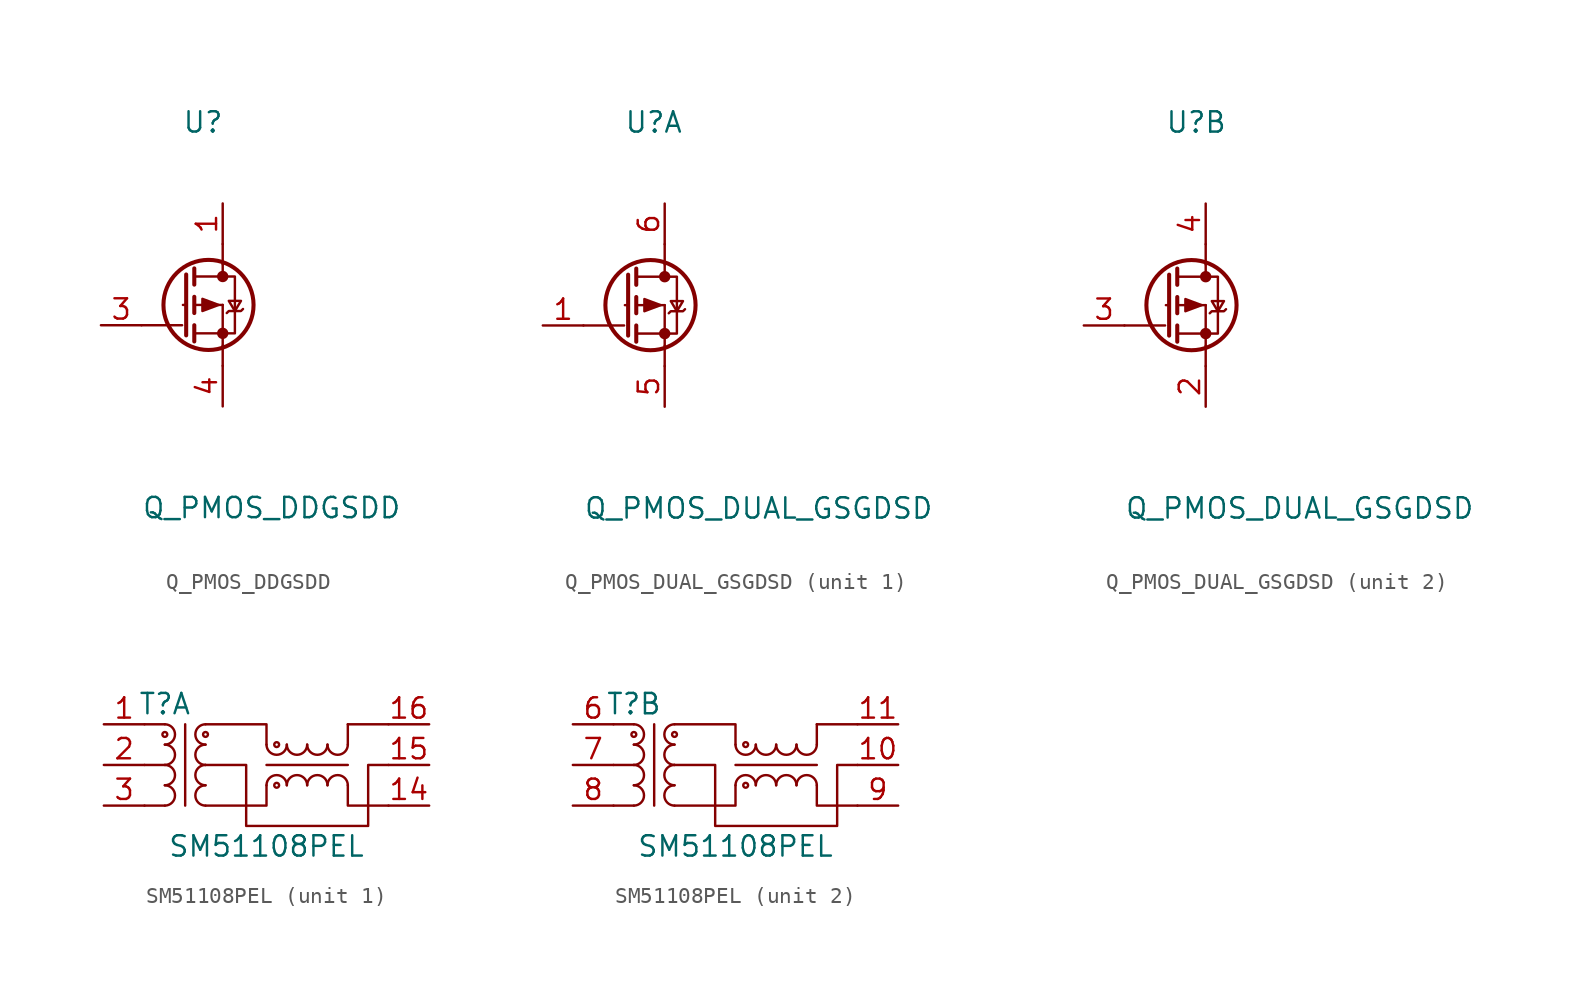
<source format=kicad_sym>
(kicad_symbol_lib
  (version 20211014)
  (generator kicad_symbol_editor)
  (symbol "Q_PMOS_DDGSDD"
    (pin_names
      (offset 0) hide)
    (property "Reference" "U"
      (at -1.27 11.43 0)
      (effects (font (size 1.27 1.27)) (justify left)))
    (property "Value" "Q_PMOS_DDGSDD"
      (at -3.81 -12.7 0)
      (effects (font (size 1.27 1.27)) (justify left)))
    (symbol "Q_PMOS_DDGSDD_0_1"
      (polyline (pts (xy -1.27 -1.27) (xy -3.81 -1.27)) (stroke (width 0) (type default) (color 0 0 0 0)) (fill (type none)))
      (polyline (pts (xy -1.219 0) (xy -1.016 0)) (stroke (width 0) (type default) (color 0 0 0 0)) (fill (type none)))
      (polyline (pts (xy -0.508 -1.778) (xy 1.27 -1.778)) (stroke (width 0) (type default) (color 0 0 0 0)) (fill (type none)))
      (polyline (pts (xy -0.508 -1.27) (xy -0.508 -2.286)) (stroke (width 0.254) (type default) (color 0 0 0 0)) (fill (type none)))
      (polyline (pts (xy -0.508 0) (xy 1.27 0)) (stroke (width 0) (type default) (color 0 0 0 0)) (fill (type none)))
      (polyline (pts (xy -0.508 0.508) (xy -0.508 -0.508)) (stroke (width 0.254) (type default) (color 0 0 0 0)) (fill (type none)))
      (polyline (pts (xy -0.508 1.778) (xy 1.27 1.778)) (stroke (width 0) (type default) (color 0 0 0 0)) (fill (type none)))
      (polyline (pts (xy -0.508 2.286) (xy -0.508 1.27)) (stroke (width 0.254) (type default) (color 0 0 0 0)) (fill (type none)))
      (polyline (pts (xy 1.27 -2.54) (xy 1.27 -3.81)) (stroke (width 0) (type default) (color 0 0 0 0)) (fill (type none)))
      (polyline (pts (xy 1.27 -1.778) (xy 1.27 -2.54)) (stroke (width 0) (type default) (color 0 0 0 0)) (fill (type none)))
      (polyline (pts (xy 1.27 -1.778) (xy 1.27 0)) (stroke (width 0) (type default) (color 0 0 0 0)) (fill (type none)))
      (polyline (pts (xy 1.27 2.54) (xy 1.27 1.778)) (stroke (width 0) (type default) (color 0 0 0 0)) (fill (type none)))
      (polyline (pts (xy 1.27 2.54) (xy 1.27 3.81)) (stroke (width 0) (type default) (color 0 0 0 0)) (fill (type none)))
      (polyline (pts (xy -1.016 1.905) (xy -1.016 -1.905) (xy -1.016 -1.905)) (stroke (width 0.254) (type default) (color 0 0 0 0)) (fill (type none)))
      (polyline (pts (xy 1.016 0) (xy 0 -0.381) (xy 0 0.381) (xy 1.016 0)) (stroke (width 0) (type default) (color 0 0 0 0)) (fill (type outline)))
      (polyline (pts (xy 1.27 -1.778) (xy 2.032 -1.778) (xy 2.032 1.778) (xy 1.27 1.778)) (stroke (width 0) (type default) (color 0 0 0 0)) (fill (type none)))
      (polyline (pts (xy 1.524 -0.508) (xy 1.651 -0.381) (xy 2.413 -0.381) (xy 2.54 -0.254)) (stroke (width 0) (type default) (color 0 0 0 0)) (fill (type none)))
      (polyline (pts (xy 2.032 -0.381) (xy 1.651 0.254) (xy 2.413 0.254) (xy 2.032 -0.381)) (stroke (width 0) (type default) (color 0 0 0 0)) (fill (type none)))
      (circle (center 0.381 0) (radius 2.819) (stroke (width 0.254) (type default) (color 0 0 0 0)) (fill (type none)))
      (circle (center 1.27 -1.778) (radius 0.279) (stroke (width 0) (type default) (color 0 0 0 0)) (fill (type outline)))
      (circle (center 1.27 1.778) (radius 0.279) (stroke (width 0) (type default) (color 0 0 0 0)) (fill (type outline))))
    (symbol "Q_PMOS_DDGSDD_1_1"
      (pin passive line (at 1.27 6.35 270) (length 2.54) (name "Drain" (effects (font (size 1.27 1.27)))) (number "1" (effects (font (size 1.27 1.27)))))
      (pin passive line (at 1.27 6.35 270) (length 2.54) hide (name "Drain" (effects (font (size 1.27 1.27)))) (number "2" (effects (font (size 1.27 1.27)))))
      (pin input line (at -6.35 -1.27 0) (length 2.54) (name "Gate" (effects (font (size 1.27 1.27)))) (number "3" (effects (font (size 1.27 1.27)))))
      (pin passive line (at 1.27 -6.35 90) (length 2.54) (name "Source" (effects (font (size 1.27 1.27)))) (number "4" (effects (font (size 1.27 1.27)))))
      (pin passive line (at 1.27 6.35 270) (length 2.54) hide (name "Drain" (effects (font (size 1.27 1.27)))) (number "5" (effects (font (size 1.27 1.27)))))
      (pin passive line (at 1.27 6.35 270) (length 2.54) hide (name "Drain" (effects (font (size 1.27 1.27)))) (number "6" (effects (font (size 1.27 1.27)))))))
  (symbol "Q_PMOS_DUAL_GSGDSD"
    (pin_names
      (offset 0) hide)
    (property "Reference" "U"
      (at -1.27 11.43 0)
      (effects (font (size 1.27 1.27)) (justify left)))
    (property "Value" "Q_PMOS_DUAL_GSGDSD"
      (at -3.81 -12.7 0)
      (effects (font (size 1.27 1.27)) (justify left)))
    (symbol "Q_PMOS_DUAL_GSGDSD_0_1"
      (polyline (pts (xy -1.27 -1.27) (xy -3.81 -1.27)) (stroke (width 0) (type default) (color 0 0 0 0)) (fill (type none)))
      (polyline (pts (xy -1.219 0) (xy -1.016 0)) (stroke (width 0) (type default) (color 0 0 0 0)) (fill (type none)))
      (polyline (pts (xy -0.508 -1.778) (xy 1.27 -1.778)) (stroke (width 0) (type default) (color 0 0 0 0)) (fill (type none)))
      (polyline (pts (xy -0.508 -1.27) (xy -0.508 -2.286)) (stroke (width 0.254) (type default) (color 0 0 0 0)) (fill (type none)))
      (polyline (pts (xy -0.508 0) (xy 1.27 0)) (stroke (width 0) (type default) (color 0 0 0 0)) (fill (type none)))
      (polyline (pts (xy -0.508 0.508) (xy -0.508 -0.508)) (stroke (width 0.254) (type default) (color 0 0 0 0)) (fill (type none)))
      (polyline (pts (xy -0.508 1.778) (xy 1.27 1.778)) (stroke (width 0) (type default) (color 0 0 0 0)) (fill (type none)))
      (polyline (pts (xy -0.508 2.286) (xy -0.508 1.27)) (stroke (width 0.254) (type default) (color 0 0 0 0)) (fill (type none)))
      (polyline (pts (xy 1.27 -2.54) (xy 1.27 -3.81)) (stroke (width 0) (type default) (color 0 0 0 0)) (fill (type none)))
      (polyline (pts (xy 1.27 -1.778) (xy 1.27 -2.54)) (stroke (width 0) (type default) (color 0 0 0 0)) (fill (type none)))
      (polyline (pts (xy 1.27 -1.778) (xy 1.27 0)) (stroke (width 0) (type default) (color 0 0 0 0)) (fill (type none)))
      (polyline (pts (xy 1.27 2.54) (xy 1.27 1.778)) (stroke (width 0) (type default) (color 0 0 0 0)) (fill (type none)))
      (polyline (pts (xy 1.27 2.54) (xy 1.27 3.81)) (stroke (width 0) (type default) (color 0 0 0 0)) (fill (type none)))
      (polyline (pts (xy -1.016 1.905) (xy -1.016 -1.905) (xy -1.016 -1.905)) (stroke (width 0.254) (type default) (color 0 0 0 0)) (fill (type none)))
      (polyline (pts (xy 1.016 0) (xy 0 -0.381) (xy 0 0.381) (xy 1.016 0)) (stroke (width 0) (type default) (color 0 0 0 0)) (fill (type outline)))
      (polyline (pts (xy 1.27 -1.778) (xy 2.032 -1.778) (xy 2.032 1.778) (xy 1.27 1.778)) (stroke (width 0) (type default) (color 0 0 0 0)) (fill (type none)))
      (polyline (pts (xy 1.524 -0.508) (xy 1.651 -0.381) (xy 2.413 -0.381) (xy 2.54 -0.254)) (stroke (width 0) (type default) (color 0 0 0 0)) (fill (type none)))
      (polyline (pts (xy 2.032 -0.381) (xy 1.651 0.254) (xy 2.413 0.254) (xy 2.032 -0.381)) (stroke (width 0) (type default) (color 0 0 0 0)) (fill (type none)))
      (circle (center 0.381 0) (radius 2.819) (stroke (width 0.254) (type default) (color 0 0 0 0)) (fill (type none)))
      (circle (center 1.27 -1.778) (radius 0.279) (stroke (width 0) (type default) (color 0 0 0 0)) (fill (type outline)))
      (circle (center 1.27 1.778) (radius 0.279) (stroke (width 0) (type default) (color 0 0 0 0)) (fill (type outline))))
    (symbol "Q_PMOS_DUAL_GSGDSD_1_1"
      (pin input line (at -6.35 -1.27 0) (length 2.54) (name "Gate" (effects (font (size 1.27 1.27)))) (number "1" (effects (font (size 1.27 1.27)))))
      (pin passive line (at 1.27 -6.35 90) (length 2.54) (name "Source" (effects (font (size 1.27 1.27)))) (number "5" (effects (font (size 1.27 1.27)))))
      (pin passive line (at 1.27 6.35 270) (length 2.54) (name "Drain" (effects (font (size 1.27 1.27)))) (number "6" (effects (font (size 1.27 1.27))))))
    (symbol "Q_PMOS_DUAL_GSGDSD_2_1"
      (pin passive line (at 1.27 -6.35 90) (length 2.54) (name "Source" (effects (font (size 1.27 1.27)))) (number "2" (effects (font (size 1.27 1.27)))))
      (pin input line (at -6.35 -1.27 0) (length 2.54) (name "Gate" (effects (font (size 1.27 1.27)))) (number "3" (effects (font (size 1.27 1.27)))))
      (pin passive line (at 1.27 6.35 270) (length 2.54) (name "Drain" (effects (font (size 1.27 1.27)))) (number "4" (effects (font (size 1.27 1.27)))))))
  (symbol "SM51108PEL"
    (pin_names
      (offset 1.016))
    (property "Reference" "T"
      (at -6.35 3.81 0)
      (effects (font (size 1.27 1.27))))
    (property "Value" "SM51108PEL"
      (at 0 -5.08 0)
      (effects (font (size 1.27 1.27))))
    (symbol "SM51108PEL_0_1"
      (arc (start -6.35 -2.54) (mid -5.715 -1.905) (end -6.35 -1.27) (stroke (width 0) (type default) (color 0 0 0 0)) (fill (type none)))
      (arc (start -6.35 -1.27) (mid -5.715 -0.635) (end -6.35 0) (stroke (width 0) (type default) (color 0 0 0 0)) (fill (type none)))
      (arc (start -6.35 0) (mid -5.715 0.635) (end -6.35 1.27) (stroke (width 0) (type default) (color 0 0 0 0)) (fill (type none)))
      (arc (start -6.35 1.27) (mid -5.715 1.905) (end -6.35 2.54) (stroke (width 0) (type default) (color 0 0 0 0)) (fill (type none)))
      (circle (center -6.35 1.905) (radius 0.076) (stroke (width 0) (type default) (color 0 0 0 0)) (fill (type none)))
      (arc (start -3.81 -1.27) (mid -4.445 -1.905) (end -3.81 -2.54) (stroke (width 0) (type default) (color 0 0 0 0)) (fill (type none)))
      (arc (start -3.81 0) (mid -4.445 -0.635) (end -3.81 -1.27) (stroke (width 0) (type default) (color 0 0 0 0)) (fill (type none)))
      (arc (start -3.81 1.27) (mid -4.445 0.635) (end -3.81 0) (stroke (width 0) (type default) (color 0 0 0 0)) (fill (type none)))
      (circle (center -3.81 1.905) (radius 0.076) (stroke (width 0) (type default) (color 0 0 0 0)) (fill (type none)))
      (arc (start -3.81 2.54) (mid -4.445 1.905) (end -3.81 1.27) (stroke (width 0) (type default) (color 0 0 0 0)) (fill (type none)))
      (polyline (pts (xy -7.62 -2.54) (xy -6.35 -2.54)) (stroke (width 0) (type default) (color 0 0 0 0)) (fill (type none)))
      (polyline (pts (xy -7.62 0) (xy -6.35 0)) (stroke (width 0) (type default) (color 0 0 0 0)) (fill (type none)))
      (polyline (pts (xy -6.35 2.54) (xy -7.62 2.54)) (stroke (width 0) (type default) (color 0 0 0 0)) (fill (type none)))
      (polyline (pts (xy -5.08 2.54) (xy -5.08 -2.54)) (stroke (width 0) (type default) (color 0 0 0 0)) (fill (type none)))
      (polyline (pts (xy 0 0) (xy 5.08 0)) (stroke (width 0) (type default) (color 0 0 0 0)) (fill (type none)))
      (polyline (pts (xy 5.08 1.27) (xy 5.08 2.54)) (stroke (width 0) (type default) (color 0 0 0 0)) (fill (type none)))
      (polyline (pts (xy 7.62 2.54) (xy 5.08 2.54)) (stroke (width 0) (type default) (color 0 0 0 0)) (fill (type none)))
      (polyline (pts (xy -3.81 -2.54) (xy 0 -2.54) (xy 0 -1.27)) (stroke (width 0) (type default) (color 0 0 0 0)) (fill (type none)))
      (polyline (pts (xy -3.81 2.54) (xy 0 2.54) (xy 0 1.27)) (stroke (width 0) (type default) (color 0 0 0 0)) (fill (type none)))
      (polyline (pts (xy 5.08 -1.27) (xy 5.08 -2.54) (xy 7.62 -2.54)) (stroke (width 0) (type default) (color 0 0 0 0)) (fill (type none)))
      (polyline (pts (xy -3.81 0) (xy -1.27 0) (xy -1.27 -3.81) (xy 6.35 -3.81) (xy 6.35 0) (xy 7.62 0)) (stroke (width 0) (type default) (color 0 0 0 0)) (fill (type none)))
      (arc (start 0 1.27) (mid 0.635 0.635) (end 1.27 1.27) (stroke (width 0) (type default) (color 0 0 0 0)) (fill (type none)))
      (circle (center 0.635 -1.27) (radius 0.076) (stroke (width 0) (type default) (color 0 0 0 0)) (fill (type none)))
      (circle (center 0.635 1.27) (radius 0.076) (stroke (width 0) (type default) (color 0 0 0 0)) (fill (type none)))
      (arc (start 1.27 -1.27) (mid 0.635 -0.635) (end 0 -1.27) (stroke (width 0) (type default) (color 0 0 0 0)) (fill (type none)))
      (arc (start 1.27 1.27) (mid 1.905 0.635) (end 2.54 1.27) (stroke (width 0) (type default) (color 0 0 0 0)) (fill (type none)))
      (arc (start 2.54 -1.27) (mid 1.905 -0.635) (end 1.27 -1.27) (stroke (width 0) (type default) (color 0 0 0 0)) (fill (type none)))
      (arc (start 2.54 1.27) (mid 3.175 0.635) (end 3.81 1.27) (stroke (width 0) (type default) (color 0 0 0 0)) (fill (type none)))
      (arc (start 3.81 -1.27) (mid 3.175 -0.635) (end 2.54 -1.27) (stroke (width 0) (type default) (color 0 0 0 0)) (fill (type none)))
      (arc (start 3.81 1.27) (mid 4.445 0.635) (end 5.08 1.27) (stroke (width 0) (type default) (color 0 0 0 0)) (fill (type none)))
      (arc (start 5.08 -1.27) (mid 4.445 -0.635) (end 3.81 -1.27) (stroke (width 0) (type default) (color 0 0 0 0)) (fill (type none))))
    (symbol "SM51108PEL_1_1"
      (pin passive line (at -10.16 2.54 0) (length 2.54) (name "~" (effects (font (size 1.27 1.27)))) (number "1" (effects (font (size 1.27 1.27)))))
      (pin passive line (at 10.16 -2.54 180) (length 2.54) (name "~" (effects (font (size 1.27 1.27)))) (number "14" (effects (font (size 1.27 1.27)))))
      (pin passive line (at 10.16 0 180) (length 2.54) (name "~" (effects (font (size 1.27 1.27)))) (number "15" (effects (font (size 1.27 1.27)))))
      (pin passive line (at 10.16 2.54 180) (length 2.54) (name "~" (effects (font (size 1.27 1.27)))) (number "16" (effects (font (size 1.27 1.27)))))
      (pin passive line (at -10.16 0 0) (length 2.54) (name "~" (effects (font (size 1.27 1.27)))) (number "2" (effects (font (size 1.27 1.27)))))
      (pin passive line (at -10.16 -2.54 0) (length 2.54) (name "~" (effects (font (size 1.27 1.27)))) (number "3" (effects (font (size 1.27 1.27))))))
    (symbol "SM51108PEL_2_1"
      (pin passive line (at 10.16 0 180) (length 2.54) (name "~" (effects (font (size 1.27 1.27)))) (number "10" (effects (font (size 1.27 1.27)))))
      (pin passive line (at 10.16 2.54 180) (length 2.54) (name "~" (effects (font (size 1.27 1.27)))) (number "11" (effects (font (size 1.27 1.27)))))
      (pin passive line (at -10.16 2.54 0) (length 2.54) (name "~" (effects (font (size 1.27 1.27)))) (number "6" (effects (font (size 1.27 1.27)))))
      (pin passive line (at -10.16 0 0) (length 2.54) (name "~" (effects (font (size 1.27 1.27)))) (number "7" (effects (font (size 1.27 1.27)))))
      (pin passive line (at -10.16 -2.54 0) (length 2.54) (name "~" (effects (font (size 1.27 1.27)))) (number "8" (effects (font (size 1.27 1.27)))))
      (pin passive line (at 10.16 -2.54 180) (length 2.54) (name "~" (effects (font (size 1.27 1.27)))) (number "9" (effects (font (size 1.27 1.27))))))))
</source>
